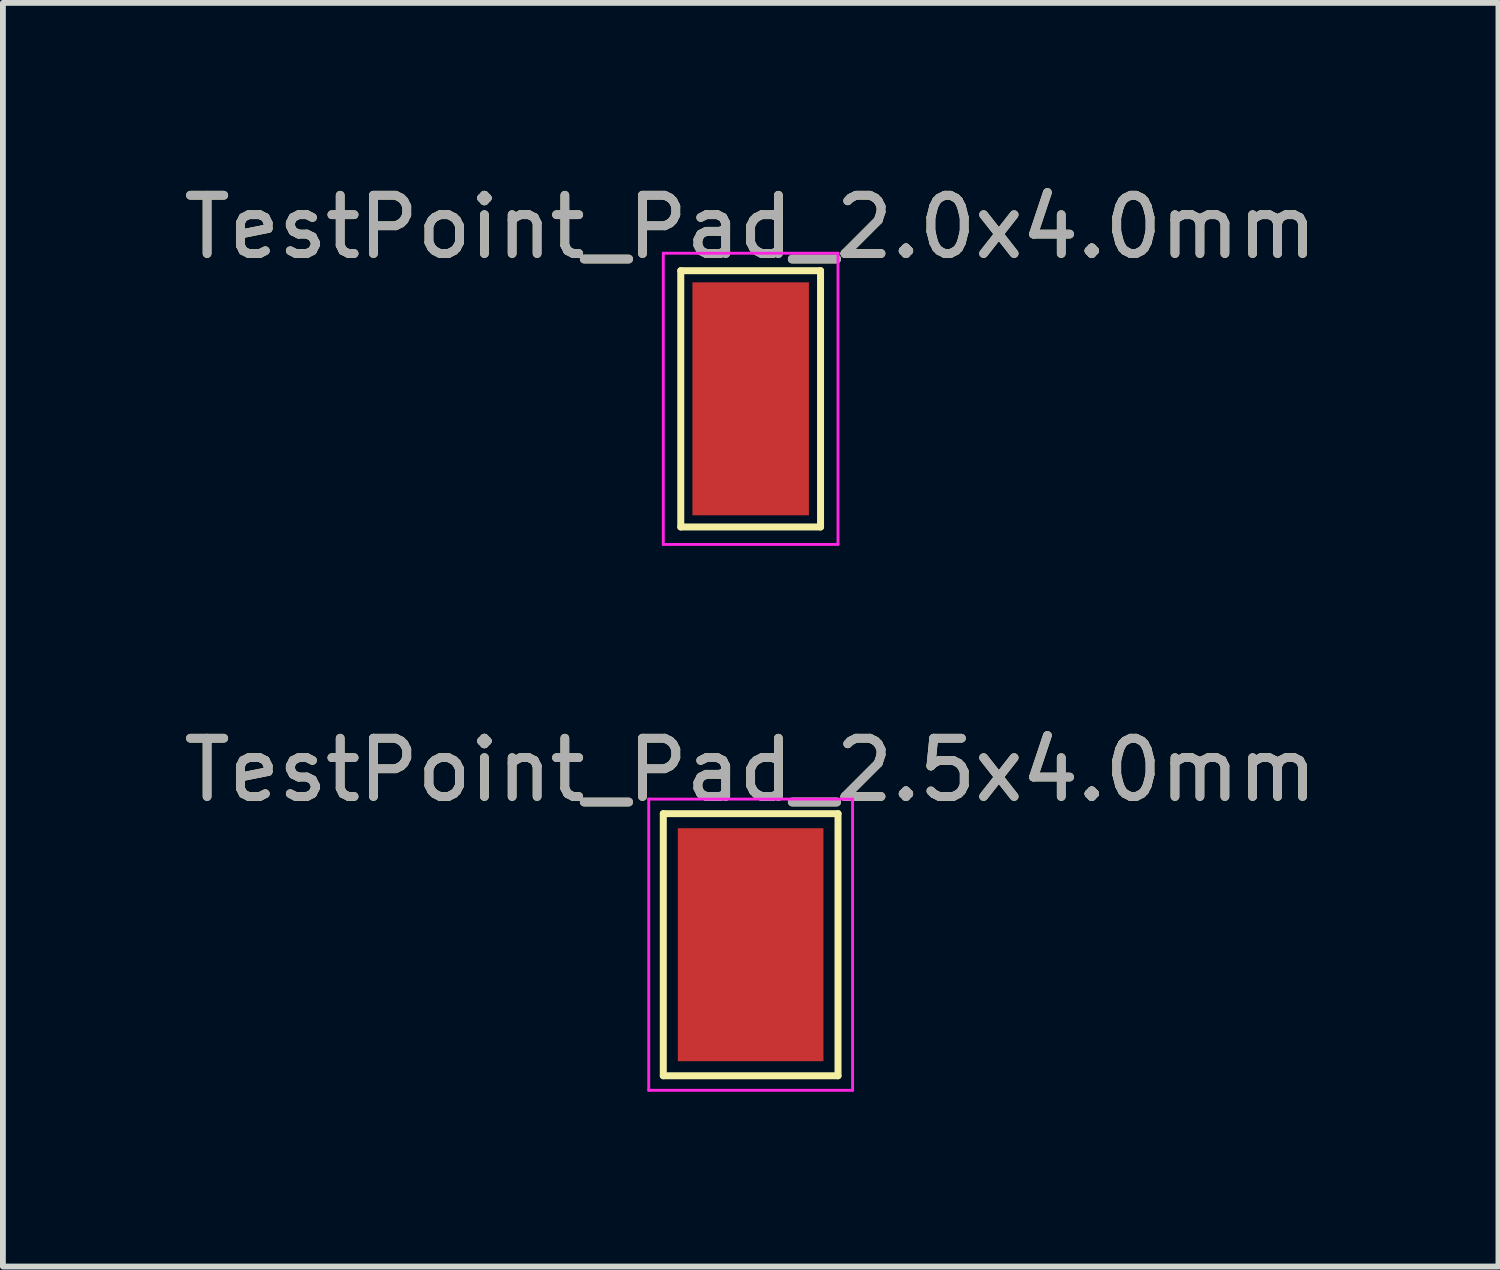
<source format=kicad_pcb>
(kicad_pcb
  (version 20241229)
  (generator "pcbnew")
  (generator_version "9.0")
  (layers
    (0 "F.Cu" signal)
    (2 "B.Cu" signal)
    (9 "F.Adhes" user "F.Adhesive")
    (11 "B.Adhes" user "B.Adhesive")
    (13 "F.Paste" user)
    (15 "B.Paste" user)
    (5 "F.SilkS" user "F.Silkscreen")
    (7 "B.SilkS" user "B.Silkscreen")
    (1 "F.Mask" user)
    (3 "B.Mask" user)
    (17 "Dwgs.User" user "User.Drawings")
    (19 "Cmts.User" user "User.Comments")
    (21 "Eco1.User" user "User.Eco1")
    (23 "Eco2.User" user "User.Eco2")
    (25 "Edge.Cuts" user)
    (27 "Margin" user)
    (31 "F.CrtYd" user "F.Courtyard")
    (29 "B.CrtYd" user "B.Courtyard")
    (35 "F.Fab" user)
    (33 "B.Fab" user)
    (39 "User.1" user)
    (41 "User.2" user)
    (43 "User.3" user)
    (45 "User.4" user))
  (footprint "TestPoint_Pad_2.5x4.0mm"
    (layer "F.Cu")
    (at 9.839 13.171)
    (property "Reference" "TestPoint_Pad_2.5x4.0mm" (at 0 -3 0) (layer "F.SilkS") (effects (font (size 1 1) (thickness 0.15))))
    (attr exclude_from_pos_files exclude_from_bom)
    (fp_line (start -1.5 -2.25) (end 1.5 -2.25) (stroke (width 0.12) (type solid)) (layer "F.SilkS"))
    (fp_line (start -1.5 2.25) (end -1.5 -2.25) (stroke (width 0.12) (type solid)) (layer "F.SilkS"))
    (fp_line (start 1.5 -2.25) (end 1.5 2.25) (stroke (width 0.12) (type solid)) (layer "F.SilkS"))
    (fp_line (start 1.5 2.25) (end -1.5 2.25) (stroke (width 0.12) (type solid)) (layer "F.SilkS"))
    (fp_line (start -1.75 -2.5) (end -1.75 2.5) (stroke (width 0.05) (type solid)) (layer "F.CrtYd"))
    (fp_line (start -1.75 -2.5) (end 1.75 -2.5) (stroke (width 0.05) (type solid)) (layer "F.CrtYd"))
    (fp_line (start 1.75 2.5) (end -1.75 2.5) (stroke (width 0.05) (type solid)) (layer "F.CrtYd"))
    (fp_line (start 1.75 2.5) (end 1.75 -2.5) (stroke (width 0.05) (type solid)) (layer "F.CrtYd"))
    (fp_text user "${REFERENCE}" (at 0 -3 0) (layer "F.Fab") (effects (font (size 1 1) (thickness 0.15))))
    (pad "1" smd rect (at 0 0) (size 2.5 4) (layers "F.Cu" "F.Mask")))
  (footprint "TestPoint_Pad_2.0x4.0mm"
    (layer "F.Cu")
    (at 9.839 3.798)
    (property "Reference" "TestPoint_Pad_2.0x4.0mm" (at 0 -2.95 0) (layer "F.SilkS") (effects (font (size 1 1) (thickness 0.15))))
    (attr exclude_from_pos_files exclude_from_bom)
    (fp_line (start -1.2 -2.2) (end 1.2 -2.2) (stroke (width 0.12) (type solid)) (layer "F.SilkS"))
    (fp_line (start -1.2 2.2) (end -1.2 -2.2) (stroke (width 0.12) (type solid)) (layer "F.SilkS"))
    (fp_line (start 1.2 -2.2) (end 1.2 2.2) (stroke (width 0.12) (type solid)) (layer "F.SilkS"))
    (fp_line (start 1.2 2.2) (end -1.2 2.2) (stroke (width 0.12) (type solid)) (layer "F.SilkS"))
    (fp_line (start -1.5 -2.5) (end -1.5 2.5) (stroke (width 0.05) (type solid)) (layer "F.CrtYd"))
    (fp_line (start -1.5 -2.5) (end 1.5 -2.5) (stroke (width 0.05) (type solid)) (layer "F.CrtYd"))
    (fp_line (start 1.5 2.5) (end -1.5 2.5) (stroke (width 0.05) (type solid)) (layer "F.CrtYd"))
    (fp_line (start 1.5 2.5) (end 1.5 -2.5) (stroke (width 0.05) (type solid)) (layer "F.CrtYd"))
    (fp_text user "${REFERENCE}" (at 0 -2.95 0) (layer "F.Fab") (effects (font (size 1 1) (thickness 0.15))))
    (pad "1" smd rect (at 0 0) (size 2 4) (layers "F.Cu" "F.Mask")))
  (gr_rect
    (start -3 -3)
    (end 22.679 18.697)
    (stroke (width 0.1) (type default))
    (fill no)
    (layer "Edge.Cuts")))
</source>
